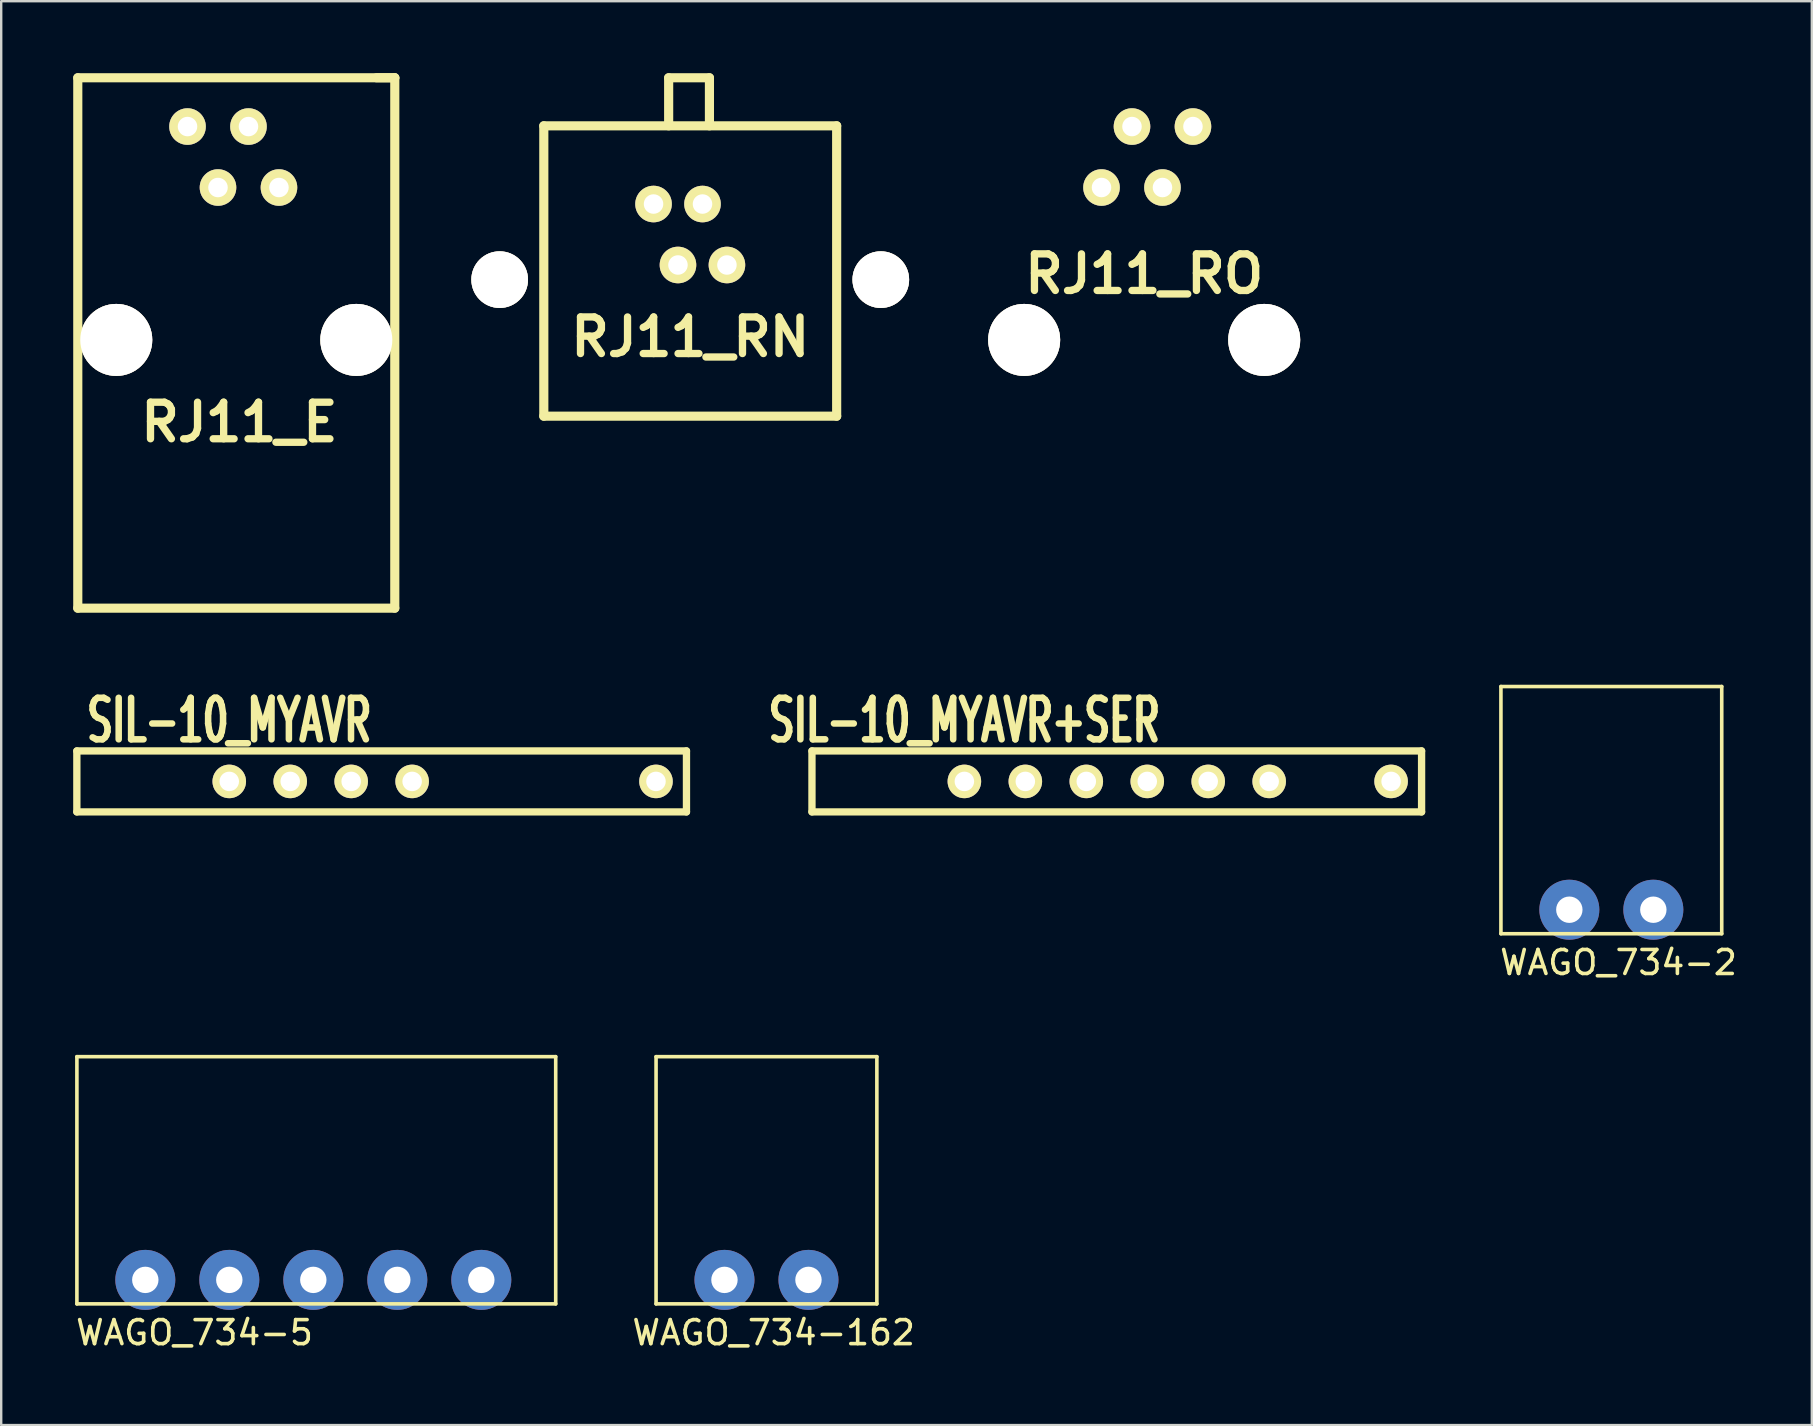
<source format=kicad_pcb>
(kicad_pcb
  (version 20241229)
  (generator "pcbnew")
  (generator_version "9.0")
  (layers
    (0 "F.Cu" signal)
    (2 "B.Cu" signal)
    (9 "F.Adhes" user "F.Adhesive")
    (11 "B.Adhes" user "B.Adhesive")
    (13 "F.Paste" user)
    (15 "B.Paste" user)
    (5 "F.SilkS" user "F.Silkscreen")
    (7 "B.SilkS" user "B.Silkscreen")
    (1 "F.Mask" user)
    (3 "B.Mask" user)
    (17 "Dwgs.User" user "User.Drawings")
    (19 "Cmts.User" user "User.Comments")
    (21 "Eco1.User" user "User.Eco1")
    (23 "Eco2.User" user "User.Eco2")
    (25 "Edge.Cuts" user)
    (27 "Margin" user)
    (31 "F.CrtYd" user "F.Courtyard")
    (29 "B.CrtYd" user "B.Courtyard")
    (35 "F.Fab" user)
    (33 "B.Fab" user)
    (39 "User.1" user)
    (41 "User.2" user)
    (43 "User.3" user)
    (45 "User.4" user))
  (footprint "RJ11_RN"
    (layer "F.Cu")
    (at 25.709 7.991)
    (property "Reference" "RJ11_RN" (at 0 3 0) (layer "F.SilkS") (effects (font (size 1.524 1.524) (thickness 0.305))))
    (attr through_hole)
    (fp_line (start -6.101 -5.799) (end -6.101 6.299) (stroke (width 0.381) (type solid)) (layer "F.SilkS"))
    (fp_line (start -6.101 6.299) (end 6.101 6.299) (stroke (width 0.381) (type solid)) (layer "F.SilkS"))
    (fp_line (start -0.899 -7.8) (end 0.8 -7.8) (stroke (width 0.381) (type solid)) (layer "F.SilkS"))
    (fp_line (start -0.899 -5.799) (end -0.899 -7.8) (stroke (width 0.381) (type solid)) (layer "F.SilkS"))
    (fp_line (start 0.8 -7.8) (end 0.8 -5.799) (stroke (width 0.381) (type solid)) (layer "F.SilkS"))
    (fp_line (start 6.101 -5.799) (end -6.101 -5.799) (stroke (width 0.381) (type solid)) (layer "F.SilkS"))
    (fp_line (start 6.101 6.299) (end 6.101 -5.799) (stroke (width 0.381) (type solid)) (layer "F.SilkS"))
    (pad "2" thru_hole circle (at 1.529 0) (size 1.524 1.524) (drill 0.813) (layers "*.Cu" "*.Mask" "F.SilkS"))
    (pad "3" thru_hole circle (at 0.511 -2.54) (size 1.524 1.524) (drill 0.813) (layers "*.Cu" "*.Mask" "F.SilkS"))
    (pad "4" thru_hole circle (at -0.511 0) (size 1.524 1.524) (drill 0.813) (layers "*.Cu" "*.Mask" "F.SilkS"))
    (pad "5" thru_hole circle (at -1.529 -2.54) (size 1.524 1.524) (drill 0.813) (layers "*.Cu" "*.Mask" "F.SilkS"))
    (pad "7" thru_hole circle (at -7.94 0.61) (size 2.36 2.36) (drill 2.36) (layers "*.Cu" "*.Mask" "F.SilkS"))
    (pad "8" thru_hole circle (at 7.94 0.61) (size 2.36 2.36) (drill 2.36) (layers "*.Cu" "*.Mask" "F.SilkS")))
  (footprint "RJ11_RO"
    (layer "F.Cu")
    (at 44.623 11.113)
    (property "Reference" "RJ11_RO" (at 0 -2.75 0) (layer "F.SilkS") (effects (font (size 1.524 1.524) (thickness 0.305))))
    (attr through_hole)
    (fp_line (start -6.604 -10.922) (end 6.604 -10.922) (stroke (width 0.381) (type solid)) (layer "Eco1.User"))
    (fp_line (start -6.604 11.176) (end -6.604 -10.922) (stroke (width 0.381) (type solid)) (layer "Eco1.User"))
    (fp_line (start 6.604 -10.922) (end 6.604 11.176) (stroke (width 0.381) (type solid)) (layer "Eco1.User"))
    (fp_line (start 6.604 11.176) (end -6.604 11.176) (stroke (width 0.381) (type solid)) (layer "Eco1.User"))
    (pad "2" thru_hole circle (at -1.778 -6.35) (size 1.524 1.524) (drill 0.813) (layers "*.Cu" "*.Mask" "F.SilkS"))
    (pad "3" thru_hole circle (at -0.508 -8.89) (size 1.524 1.524) (drill 0.813) (layers "*.Cu" "*.Mask" "F.SilkS"))
    (pad "4" thru_hole circle (at 0.762 -6.35) (size 1.524 1.524) (drill 0.813) (layers "*.Cu" "*.Mask" "F.SilkS"))
    (pad "5" thru_hole circle (at 2.032 -8.89) (size 1.524 1.524) (drill 0.813) (layers "*.Cu" "*.Mask" "F.SilkS"))
    (pad "7" thru_hole circle (at -5.001 0) (size 3 3) (drill 3) (layers "*.Cu" "*.Mask" "F.SilkS"))
    (pad "8" thru_hole circle (at 5.001 0) (size 3 3) (drill 3) (layers "*.Cu" "*.Mask" "F.SilkS")))
  (footprint "RJ11_E"
    (layer "F.Cu")
    (at 6.795 11.113)
    (property "Reference" "RJ11_E" (at 0.127 3.429 0) (layer "F.SilkS") (effects (font (size 1.524 1.524) (thickness 0.305))))
    (attr through_hole)
    (fp_line (start -6.604 -10.922) (end 6.604 -10.922) (stroke (width 0.381) (type solid)) (layer "F.SilkS"))
    (fp_line (start -6.604 11.176) (end -6.604 -10.922) (stroke (width 0.381) (type solid)) (layer "F.SilkS"))
    (fp_line (start 5.842 -10.922) (end 6.604 -10.922) (stroke (width 0.381) (type solid)) (layer "F.SilkS"))
    (fp_line (start 6.604 -10.922) (end 6.604 11.176) (stroke (width 0.381) (type solid)) (layer "F.SilkS"))
    (fp_line (start 6.604 11.176) (end -6.604 11.176) (stroke (width 0.381) (type solid)) (layer "F.SilkS"))
    (pad "2" thru_hole circle (at -2.032 -8.89) (size 1.524 1.524) (drill 0.813) (layers "*.Cu" "*.Mask" "F.SilkS"))
    (pad "3" thru_hole circle (at -0.762 -6.35) (size 1.524 1.524) (drill 0.813) (layers "*.Cu" "*.Mask" "F.SilkS"))
    (pad "4" thru_hole circle (at 0.508 -8.89) (size 1.524 1.524) (drill 0.813) (layers "*.Cu" "*.Mask" "F.SilkS"))
    (pad "5" thru_hole circle (at 1.778 -6.35) (size 1.524 1.524) (drill 0.813) (layers "*.Cu" "*.Mask" "F.SilkS"))
    (pad "7" thru_hole circle (at -5.001 0) (size 3 3) (drill 3) (layers "*.Cu" "*.Mask" "F.SilkS"))
    (pad "8" thru_hole circle (at 5.001 0) (size 3 3) (drill 3) (layers "*.Cu" "*.Mask" "F.SilkS")))
  (footprint "SIL-10_MYAVR"
    (layer "F.Cu")
    (at 12.852 29.508)
    (property "Reference" "SIL-10_MYAVR" (at -6.35 -2.54 0) (layer "F.SilkS") (effects (font (size 1.73 1.087) (thickness 0.272))))
    (attr through_hole)
    (fp_line (start -12.7 -1.27) (end 12.7 -1.27) (stroke (width 0.305) (type solid)) (layer "F.SilkS"))
    (fp_line (start -12.7 1.27) (end -12.7 -1.27) (stroke (width 0.305) (type solid)) (layer "F.SilkS"))
    (fp_line (start 12.7 -1.27) (end 12.7 1.27) (stroke (width 0.305) (type solid)) (layer "F.SilkS"))
    (fp_line (start 12.7 1.27) (end -12.7 1.27) (stroke (width 0.305) (type solid)) (layer "F.SilkS"))
    (pad "3" thru_hole circle (at -6.35 0) (size 1.397 1.397) (drill 0.813) (layers "*.Cu" "*.Mask" "F.SilkS"))
    (pad "4" thru_hole circle (at -3.81 0) (size 1.397 1.397) (drill 0.813) (layers "*.Cu" "*.Mask" "F.SilkS"))
    (pad "5" thru_hole circle (at -1.27 0) (size 1.397 1.397) (drill 0.813) (layers "*.Cu" "*.Mask" "F.SilkS"))
    (pad "6" thru_hole circle (at 1.27 0) (size 1.397 1.397) (drill 0.813) (layers "*.Cu" "*.Mask" "F.SilkS"))
    (pad "10" thru_hole circle (at 11.43 0) (size 1.397 1.397) (drill 0.813) (layers "*.Cu" "*.Mask" "F.SilkS")))
  (footprint "WAGO_734-2"
    (layer "F.Cu")
    (at 64.087 34.854)
    (property "Reference" "WAGO_734-2" (at 0.3 2.2 0) (layer "F.SilkS") (effects (font (size 1 1) (thickness 0.15))))
    (attr through_hole)
    (fp_line (start -4.6 -9.3) (end 4.6 -9.3) (stroke (width 0.15) (type solid)) (layer "F.SilkS"))
    (fp_line (start -4.6 1) (end -4.6 -9.3) (stroke (width 0.15) (type solid)) (layer "F.SilkS"))
    (fp_line (start 4.6 -9.3) (end 4.6 1) (stroke (width 0.15) (type solid)) (layer "F.SilkS"))
    (fp_line (start 4.6 1) (end -4.6 1) (stroke (width 0.15) (type solid)) (layer "F.SilkS"))
    (pad "1" thru_hole circle (at -1.75 0) (size 2.5 2.5) (drill 1.1) (layers "*.Cu" "*.Mask"))
    (pad "2" thru_hole circle (at 1.75 0) (size 2.5 2.5) (drill 1.1) (layers "*.Cu" "*.Mask")))
  (footprint "WAGO_734-162"
    (layer "F.Cu")
    (at 28.885 50.277)
    (property "Reference" "WAGO_734-162" (at 0.3 2.2 0) (layer "F.SilkS") (effects (font (size 1 1) (thickness 0.15))))
    (attr through_hole)
    (fp_line (start -4.6 -9.3) (end 4.6 -9.3) (stroke (width 0.15) (type solid)) (layer "F.SilkS"))
    (fp_line (start -4.6 1) (end -4.6 -9.3) (stroke (width 0.15) (type solid)) (layer "F.SilkS"))
    (fp_line (start 4.6 -9.3) (end 4.6 1) (stroke (width 0.15) (type solid)) (layer "F.SilkS"))
    (fp_line (start 4.6 1) (end -4.6 1) (stroke (width 0.15) (type solid)) (layer "F.SilkS"))
    (pad "1" thru_hole circle (at -1.75 0) (size 2.5 2.5) (drill 1.1) (layers "*.Cu" "*.Mask"))
    (pad "2" thru_hole circle (at 1.75 0) (size 2.5 2.5) (drill 1.1) (layers "*.Cu" "*.Mask")))
  (footprint "WAGO_734-5"
    (layer "F.Cu")
    (at 3.004 50.277)
    (property "Reference" "WAGO_734-5" (at 2.05 2.2 0) (layer "F.SilkS") (effects (font (size 1 1) (thickness 0.15))))
    (attr through_hole)
    (fp_line (start -2.85 -9.3) (end 17.1 -9.3) (stroke (width 0.15) (type solid)) (layer "F.SilkS"))
    (fp_line (start -2.85 1) (end -2.85 -9.3) (stroke (width 0.15) (type solid)) (layer "F.SilkS"))
    (fp_line (start 17.1 -9.3) (end 17.1 1) (stroke (width 0.15) (type solid)) (layer "F.SilkS"))
    (fp_line (start 17.1 1) (end -2.85 1) (stroke (width 0.15) (type solid)) (layer "F.SilkS"))
    (pad "1" thru_hole circle (at 0 0) (size 2.5 2.5) (drill 1.1) (layers "*.Cu" "*.Mask"))
    (pad "2" thru_hole circle (at 3.5 0) (size 2.5 2.5) (drill 1.1) (layers "*.Cu" "*.Mask"))
    (pad "3" thru_hole circle (at 7 0) (size 2.5 2.5) (drill 1.1) (layers "*.Cu" "*.Mask"))
    (pad "4" thru_hole circle (at 10.5 0) (size 2.5 2.5) (drill 1.1) (layers "*.Cu" "*.Mask"))
    (pad "5" thru_hole circle (at 14 0) (size 2.5 2.5) (drill 1.1) (layers "*.Cu" "*.Mask")))
  (footprint "SIL-10_MYAVR+SER"
    (layer "F.Cu")
    (at 43.481 29.508)
    (property "Reference" "SIL-10_MYAVR+SER" (at -6.35 -2.54 0) (layer "F.SilkS") (effects (font (size 1.73 1.087) (thickness 0.272))))
    (attr through_hole)
    (fp_line (start -12.7 -1.27) (end 12.7 -1.27) (stroke (width 0.305) (type solid)) (layer "F.SilkS"))
    (fp_line (start -12.7 1.27) (end -12.7 -1.27) (stroke (width 0.305) (type solid)) (layer "F.SilkS"))
    (fp_line (start 12.7 -1.27) (end 12.7 1.27) (stroke (width 0.305) (type solid)) (layer "F.SilkS"))
    (fp_line (start 12.7 1.27) (end -12.7 1.27) (stroke (width 0.305) (type solid)) (layer "F.SilkS"))
    (pad "3" thru_hole circle (at -6.35 0) (size 1.397 1.397) (drill 0.813) (layers "*.Cu" "*.Mask" "F.SilkS"))
    (pad "4" thru_hole circle (at -3.81 0) (size 1.397 1.397) (drill 0.813) (layers "*.Cu" "*.Mask" "F.SilkS"))
    (pad "5" thru_hole circle (at -1.27 0) (size 1.397 1.397) (drill 0.813) (layers "*.Cu" "*.Mask" "F.SilkS"))
    (pad "6" thru_hole circle (at 1.27 0) (size 1.397 1.397) (drill 0.813) (layers "*.Cu" "*.Mask" "F.SilkS"))
    (pad "7" thru_hole circle (at 3.81 0) (size 1.397 1.397) (drill 0.813) (layers "*.Cu" "*.Mask" "F.SilkS"))
    (pad "8" thru_hole circle (at 6.35 0) (size 1.397 1.397) (drill 0.813) (layers "*.Cu" "*.Mask" "F.SilkS"))
    (pad "10" thru_hole circle (at 11.43 0) (size 1.397 1.397) (drill 0.813) (layers "*.Cu" "*.Mask" "F.SilkS")))
  (gr_rect
    (start -3 -3)
    (end 72.441 56.325)
    (stroke (width 0.1) (type default))
    (fill no)
    (layer "Edge.Cuts")))
</source>
